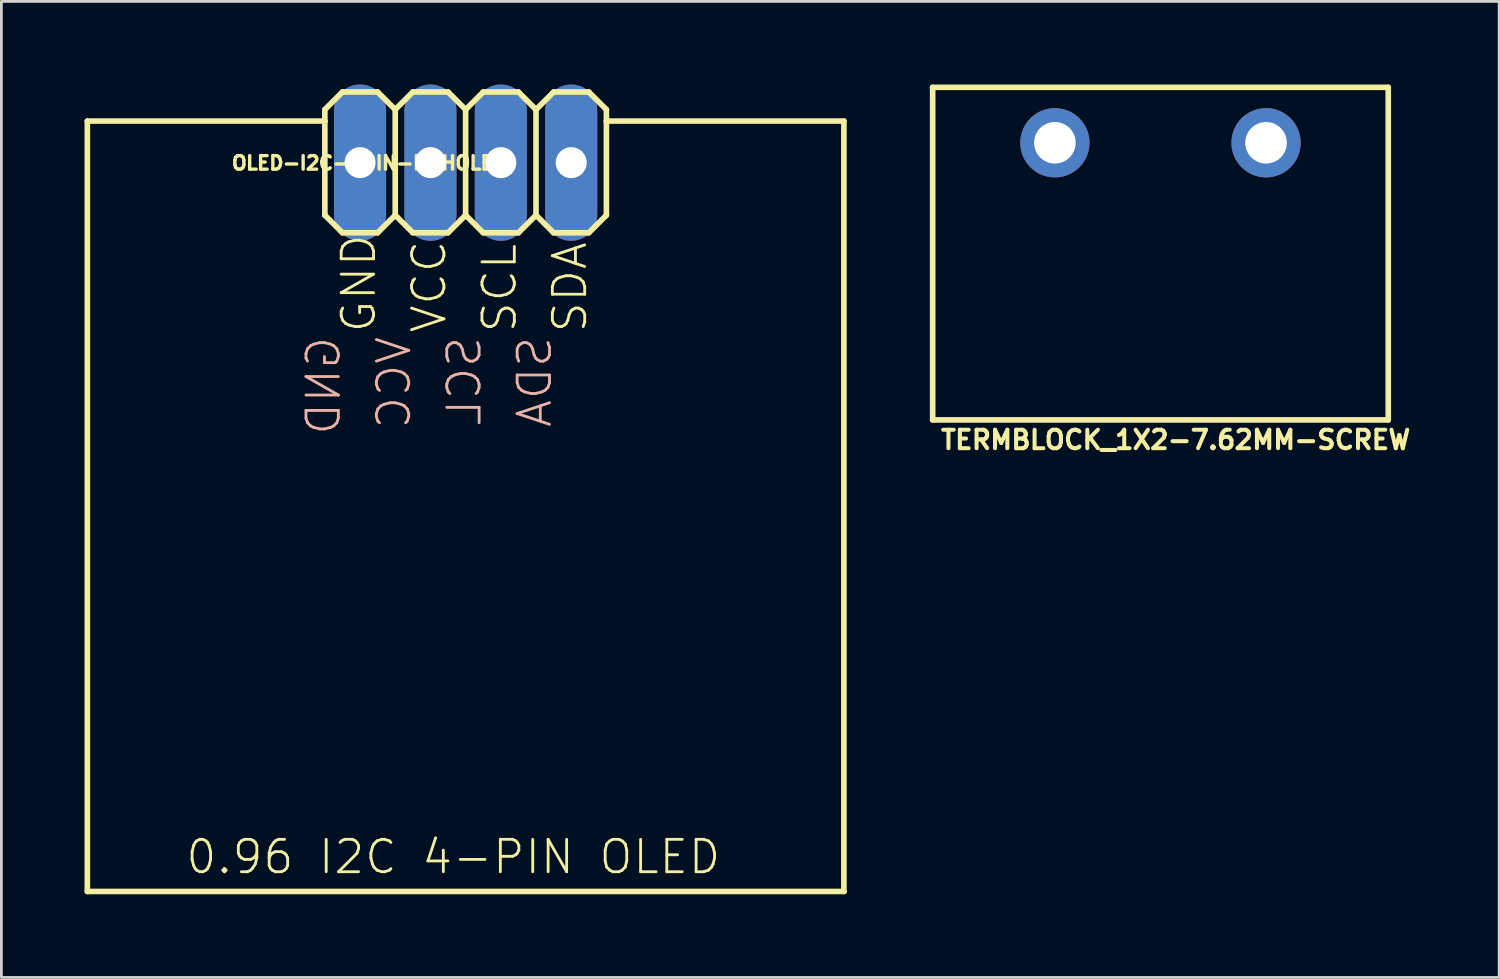
<source format=kicad_pcb>
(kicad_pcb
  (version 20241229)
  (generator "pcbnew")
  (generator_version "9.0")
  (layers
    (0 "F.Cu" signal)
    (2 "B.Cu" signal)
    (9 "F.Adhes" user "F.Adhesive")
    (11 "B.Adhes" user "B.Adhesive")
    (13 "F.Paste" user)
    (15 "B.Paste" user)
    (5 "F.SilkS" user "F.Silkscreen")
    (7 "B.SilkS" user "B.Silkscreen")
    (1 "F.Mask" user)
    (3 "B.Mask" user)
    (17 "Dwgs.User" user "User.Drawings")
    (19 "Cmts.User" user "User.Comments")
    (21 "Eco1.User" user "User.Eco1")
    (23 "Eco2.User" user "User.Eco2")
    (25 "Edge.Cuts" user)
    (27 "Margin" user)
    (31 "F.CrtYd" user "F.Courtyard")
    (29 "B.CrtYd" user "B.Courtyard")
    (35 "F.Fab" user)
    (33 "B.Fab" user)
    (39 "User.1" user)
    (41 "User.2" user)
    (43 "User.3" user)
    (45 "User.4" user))
  (footprint "OLED-I2C-4PIN-NOHOLES"
    (layer "F.Cu")
    (at 13.752 15.219)
    (property "Reference" "OLED-I2C-4PIN-NOHOLES" (at -8.5 -12.1 0) (layer "F.SilkS") (effects (font (size 0.488 0.488) (thickness 0.122)) (justify left bottom)))
    (fp_line (start -13.65 -13.9) (end -13.65 13.9) (stroke (width 0.203) (type solid)) (layer "F.SilkS"))
    (fp_line (start -13.65 -13.9) (end -5.08 -13.9) (stroke (width 0.203) (type solid)) (layer "F.SilkS"))
    (fp_line (start -13.65 13.9) (end 13.65 13.9) (stroke (width 0.203) (type solid)) (layer "F.SilkS"))
    (fp_line (start -5.08 -14.315) (end -4.445 -14.95) (stroke (width 0.203) (type solid)) (layer "F.SilkS"))
    (fp_line (start -5.08 -13.9) (end -5.08 -14.315) (stroke (width 0.203) (type solid)) (layer "F.SilkS"))
    (fp_line (start -5.08 -10.505) (end -5.08 -13.9) (stroke (width 0.203) (type solid)) (layer "F.SilkS"))
    (fp_line (start -5.08 -10.505) (end -4.445 -9.87) (stroke (width 0.203) (type solid)) (layer "F.SilkS"))
    (fp_line (start -4.445 -14.95) (end -3.175 -14.95) (stroke (width 0.203) (type solid)) (layer "F.SilkS"))
    (fp_line (start -4.445 -9.87) (end -3.175 -9.87) (stroke (width 0.203) (type solid)) (layer "F.SilkS"))
    (fp_line (start -3.175 -14.95) (end -2.54 -14.315) (stroke (width 0.203) (type solid)) (layer "F.SilkS"))
    (fp_line (start -3.175 -9.87) (end -2.54 -10.505) (stroke (width 0.203) (type solid)) (layer "F.SilkS"))
    (fp_line (start -2.54 -14.315) (end -2.54 -10.505) (stroke (width 0.203) (type solid)) (layer "F.SilkS"))
    (fp_line (start -2.54 -14.315) (end -1.905 -14.95) (stroke (width 0.203) (type solid)) (layer "F.SilkS"))
    (fp_line (start -2.54 -10.505) (end -1.905 -9.87) (stroke (width 0.203) (type solid)) (layer "F.SilkS"))
    (fp_line (start -1.905 -14.95) (end -0.635 -14.95) (stroke (width 0.203) (type solid)) (layer "F.SilkS"))
    (fp_line (start -1.905 -9.87) (end -0.635 -9.87) (stroke (width 0.203) (type solid)) (layer "F.SilkS"))
    (fp_line (start -0.635 -14.95) (end 0 -14.315) (stroke (width 0.203) (type solid)) (layer "F.SilkS"))
    (fp_line (start -0.635 -9.87) (end 0 -10.505) (stroke (width 0.203) (type solid)) (layer "F.SilkS"))
    (fp_line (start 0 -14.315) (end 0 -10.505) (stroke (width 0.203) (type solid)) (layer "F.SilkS"))
    (fp_line (start 0 -14.315) (end 0.635 -14.95) (stroke (width 0.203) (type solid)) (layer "F.SilkS"))
    (fp_line (start 0 -10.505) (end 0.635 -9.87) (stroke (width 0.203) (type solid)) (layer "F.SilkS"))
    (fp_line (start 0.635 -14.95) (end 1.905 -14.95) (stroke (width 0.203) (type solid)) (layer "F.SilkS"))
    (fp_line (start 0.635 -9.87) (end 1.905 -9.87) (stroke (width 0.203) (type solid)) (layer "F.SilkS"))
    (fp_line (start 1.905 -14.95) (end 2.54 -14.315) (stroke (width 0.203) (type solid)) (layer "F.SilkS"))
    (fp_line (start 1.905 -9.87) (end 2.54 -10.505) (stroke (width 0.203) (type solid)) (layer "F.SilkS"))
    (fp_line (start 2.54 -14.315) (end 2.54 -10.505) (stroke (width 0.203) (type solid)) (layer "F.SilkS"))
    (fp_line (start 2.54 -14.315) (end 3.175 -14.95) (stroke (width 0.203) (type solid)) (layer "F.SilkS"))
    (fp_line (start 2.54 -10.505) (end 3.175 -9.87) (stroke (width 0.203) (type solid)) (layer "F.SilkS"))
    (fp_line (start 3.175 -14.95) (end 4.445 -14.95) (stroke (width 0.203) (type solid)) (layer "F.SilkS"))
    (fp_line (start 3.175 -9.87) (end 4.445 -9.87) (stroke (width 0.203) (type solid)) (layer "F.SilkS"))
    (fp_line (start 4.445 -14.95) (end 5.08 -14.315) (stroke (width 0.203) (type solid)) (layer "F.SilkS"))
    (fp_line (start 4.445 -9.87) (end 5.08 -10.505) (stroke (width 0.203) (type solid)) (layer "F.SilkS"))
    (fp_line (start 5.08 -14.315) (end 5.08 -13.9) (stroke (width 0.203) (type solid)) (layer "F.SilkS"))
    (fp_line (start 5.08 -13.9) (end 5.08 -10.505) (stroke (width 0.203) (type solid)) (layer "F.SilkS"))
    (fp_line (start 5.08 -13.9) (end 13.65 -13.9) (stroke (width 0.203) (type solid)) (layer "F.SilkS"))
    (fp_line (start 13.65 -13.9) (end 13.65 13.9) (stroke (width 0.203) (type solid)) (layer "F.SilkS"))
    (fp_poly (pts (xy -4.064 -12.156) (xy -3.556 -12.156) (xy -3.556 -12.664) (xy -4.064 -12.664)) (stroke (width 0.1) (type solid)) (fill no) (layer "F.Fab"))
    (fp_poly (pts (xy -1.524 -12.156) (xy -1.016 -12.156) (xy -1.016 -12.664) (xy -1.524 -12.664)) (stroke (width 0.1) (type solid)) (fill no) (layer "F.Fab"))
    (fp_poly (pts (xy 1.016 -12.156) (xy 1.524 -12.156) (xy 1.524 -12.664) (xy 1.016 -12.664)) (stroke (width 0.1) (type solid)) (fill no) (layer "F.Fab"))
    (fp_poly (pts (xy 3.556 -12.156) (xy 4.064 -12.156) (xy 4.064 -12.664) (xy 3.556 -12.664)) (stroke (width 0.1) (type solid)) (fill no) (layer "F.Fab"))
    (fp_text user "SDA" (at 4.445 -6.195 90) (layer "F.SilkS") (effects (font (size 1.168 1.168) (thickness 0.102)) (justify left bottom)))
    (fp_text user "SCL" (at 1.905 -6.195 90) (layer "F.SilkS") (effects (font (size 1.168 1.168) (thickness 0.102)) (justify left bottom)))
    (fp_text user "GND" (at -3.175 -6.195 90) (layer "F.SilkS") (effects (font (size 1.168 1.168) (thickness 0.102)) (justify left bottom)))
    (fp_text user "VCC" (at -0.635 -6.195 90) (layer "F.SilkS") (effects (font (size 1.168 1.168) (thickness 0.102)) (justify left bottom)))
    (fp_text user "0.96 I2C 4-PIN OLED" (at -10.16 13.335 0) (layer "F.SilkS") (effects (font (size 1.168 1.168) (thickness 0.102)) (justify left bottom)))
    (fp_text user "SCL" (at 0.635 -6.195 270) (layer "B.SilkS") (effects (font (size 1.168 1.168) (thickness 0.102)) (justify left bottom mirror)))
    (fp_text user "VCC" (at -1.905 -6.195 270) (layer "B.SilkS") (effects (font (size 1.168 1.168) (thickness 0.102)) (justify left bottom mirror)))
    (fp_text user "GND" (at -4.445 -6.195 270) (layer "B.SilkS") (effects (font (size 1.168 1.168) (thickness 0.102)) (justify left bottom mirror)))
    (fp_text user "SDA" (at 3.175 -6.195 270) (layer "B.SilkS") (effects (font (size 1.168 1.168) (thickness 0.102)) (justify left bottom mirror)))
    (pad "1" thru_hole oval (at -3.81 -12.4 90) (size 5.639 1.88) (drill 1.118) (layers "*.Cu" "*.Mask"))
    (pad "2" thru_hole oval (at -1.27 -12.4 90) (size 5.639 1.88) (drill 1.118) (layers "*.Cu" "*.Mask"))
    (pad "3" thru_hole oval (at 1.27 -12.4 90) (size 5.639 1.88) (drill 1.118) (layers "*.Cu" "*.Mask"))
    (pad "4" thru_hole oval (at 3.81 -12.4 90) (size 5.639 1.88) (drill 1.118) (layers "*.Cu" "*.Mask")))
  (footprint "TERMBLOCK_1X2-7.62MM-SCREW"
    (layer "F.Cu")
    (at 38.825 2.102)
    (property "Reference" "TERMBLOCK_1X2-7.62MM-SCREW" (at -8 11.11 0) (layer "F.SilkS") (effects (font (size 0.666 0.666) (thickness 0.146)) (justify left bottom)))
    (fp_line (start -8.22 -2) (end -8.22 10) (stroke (width 0.203) (type solid)) (layer "F.SilkS"))
    (fp_line (start -8.22 10) (end 8.22 10) (stroke (width 0.203) (type solid)) (layer "F.SilkS"))
    (fp_line (start 8.22 -2) (end -8.22 -2) (stroke (width 0.203) (type solid)) (layer "F.SilkS"))
    (fp_line (start 8.22 10) (end 8.22 -2) (stroke (width 0.203) (type solid)) (layer "F.SilkS"))
    (pad "1" thru_hole circle (at 3.81 0) (size 2.5 2.5) (drill 1.5) (layers "*.Cu" "*.Mask"))
    (pad "2" thru_hole circle (at -3.81 0) (size 2.5 2.5) (drill 1.5) (layers "*.Cu" "*.Mask")))
  (gr_rect
    (start -3 -3)
    (end 51.047 32.221)
    (stroke (width 0.1) (type default))
    (fill no)
    (layer "Edge.Cuts")))
</source>
